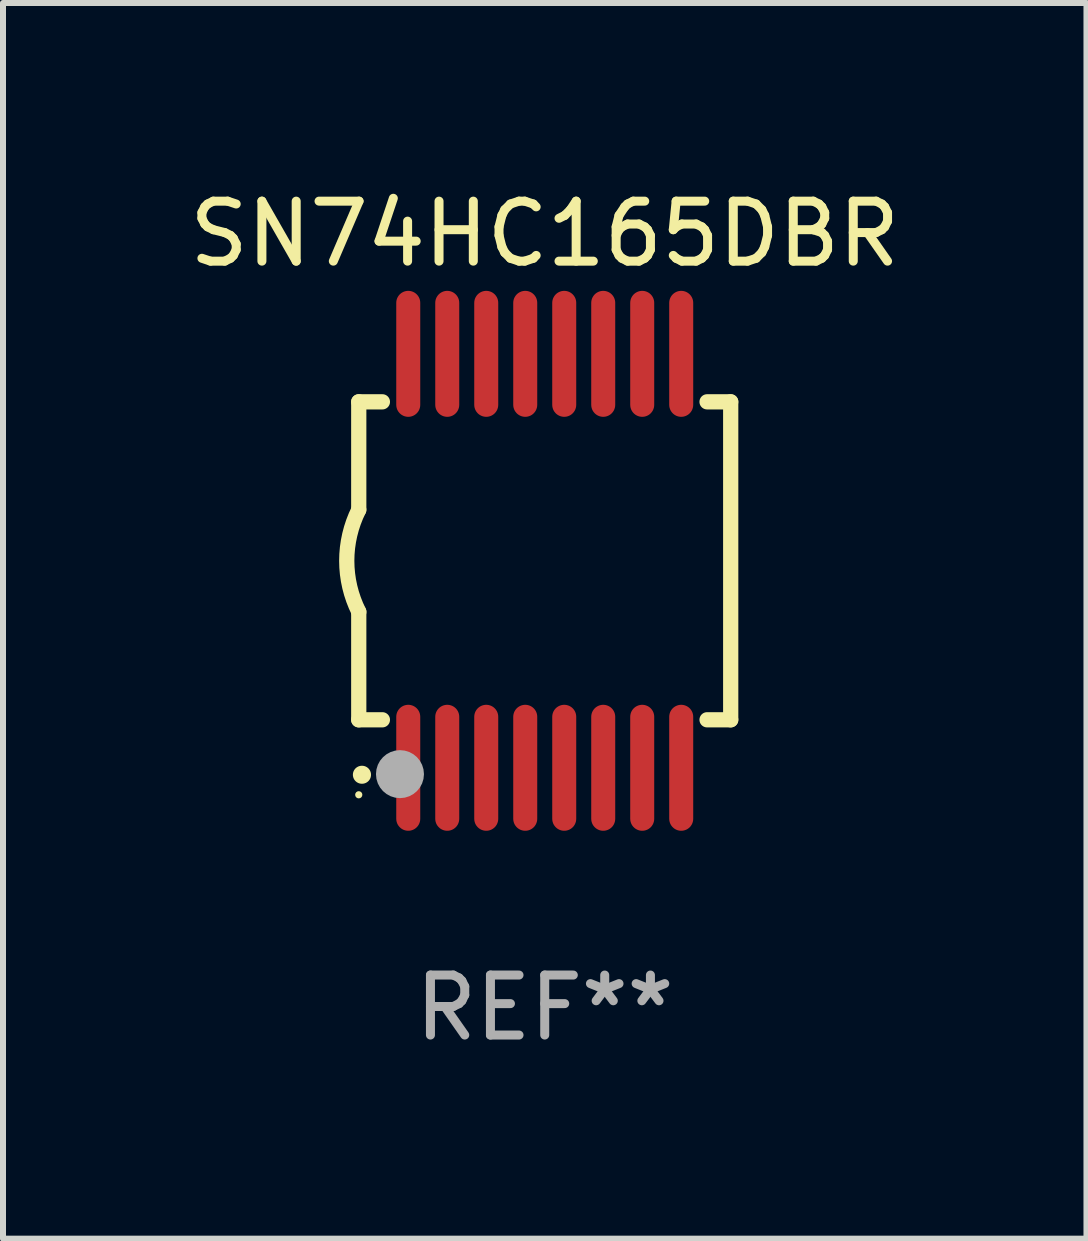
<source format=kicad_pcb>
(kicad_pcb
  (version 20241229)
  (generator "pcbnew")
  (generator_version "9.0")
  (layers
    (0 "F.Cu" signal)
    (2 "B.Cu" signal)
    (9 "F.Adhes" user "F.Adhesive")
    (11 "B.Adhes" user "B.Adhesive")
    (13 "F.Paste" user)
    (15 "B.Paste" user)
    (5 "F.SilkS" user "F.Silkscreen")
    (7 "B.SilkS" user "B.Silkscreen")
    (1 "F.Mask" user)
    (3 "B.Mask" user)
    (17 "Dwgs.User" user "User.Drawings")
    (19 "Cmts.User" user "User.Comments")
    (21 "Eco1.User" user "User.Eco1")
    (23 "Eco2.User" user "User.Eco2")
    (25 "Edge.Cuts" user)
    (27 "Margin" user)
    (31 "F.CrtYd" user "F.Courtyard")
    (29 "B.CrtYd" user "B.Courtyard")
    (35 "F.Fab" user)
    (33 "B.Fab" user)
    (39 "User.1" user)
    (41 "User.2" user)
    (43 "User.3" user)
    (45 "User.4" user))
  (footprint "SN74HC165DBR"
    (layer "F.Cu")
    (at 6.03 6.298)
    (property "Reference" "SN74HC165DBR" (at 0 -5.45 0) (layer "F.SilkS") (effects (font (size 1 1) (thickness 0.15))))
    (attr through_hole)
    (fp_line (start -3.1 -2.65) (end -3.1 -0.85) (stroke (width 0.254) (type solid)) (layer "F.SilkS"))
    (fp_line (start -3.1 -2.65) (end -2.706 -2.65) (stroke (width 0.254) (type solid)) (layer "F.SilkS"))
    (fp_line (start -3.1 2.65) (end -3.1 0.85) (stroke (width 0.254) (type solid)) (layer "F.SilkS"))
    (fp_line (start -3.1 2.65) (end -2.706 2.65) (stroke (width 0.254) (type solid)) (layer "F.SilkS"))
    (fp_line (start 2.706 -2.65) (end 3.1 -2.65) (stroke (width 0.254) (type solid)) (layer "F.SilkS"))
    (fp_line (start 2.706 2.65) (end 3.1 2.65) (stroke (width 0.254) (type solid)) (layer "F.SilkS"))
    (fp_line (start 3.1 -2.65) (end 3.1 2.65) (stroke (width 0.254) (type solid)) (layer "F.SilkS"))
    (fp_arc (start -3.098907 0.850902) (mid -3.300057 0.000523) (end -3.1 -0.850114) (stroke (width 0.254001) (type solid)) (layer "F.SilkS"))
    (fp_arc (start -3.048006 3.566066) (mid -3.046736 3.566061) (end -3.045466 3.566066) (stroke (width 0.3) (type solid)) (layer "F.SilkS"))
    (fp_circle (center -3.1 3.9) (end -3.07 3.9) (stroke (width 0.06) (type solid)) (fill no) (layer "F.SilkS"))
    (fp_circle (center -2.413 3.556) (end -2.213 3.556) (stroke (width 0.4) (type solid)) (fill no) (layer "F.Fab"))
    (fp_text user "REF**" (at 0 7.45 0) (layer "F.Fab") (effects (font (size 1 1) (thickness 0.15))))
    (pad "1" smd oval (at -2.275 3.45 180) (size 0.4 2.1) (layers "F.Cu" "F.Mask" "F.Paste"))
    (pad "2" smd oval (at -1.625 3.45 180) (size 0.4 2.1) (layers "F.Cu" "F.Mask" "F.Paste"))
    (pad "3" smd oval (at -0.975 3.45 180) (size 0.4 2.1) (layers "F.Cu" "F.Mask" "F.Paste"))
    (pad "4" smd oval (at -0.325 3.45 180) (size 0.4 2.1) (layers "F.Cu" "F.Mask" "F.Paste"))
    (pad "5" smd oval (at 0.325 3.45 180) (size 0.4 2.1) (layers "F.Cu" "F.Mask" "F.Paste"))
    (pad "6" smd oval (at 0.975 3.45 180) (size 0.4 2.1) (layers "F.Cu" "F.Mask" "F.Paste"))
    (pad "7" smd oval (at 1.625 3.45 180) (size 0.4 2.1) (layers "F.Cu" "F.Mask" "F.Paste"))
    (pad "8" smd oval (at 2.275 3.45 180) (size 0.4 2.1) (layers "F.Cu" "F.Mask" "F.Paste"))
    (pad "9" smd oval (at 2.275 -3.45 180) (size 0.4 2.1) (layers "F.Cu" "F.Mask" "F.Paste"))
    (pad "10" smd oval (at 1.625 -3.45 180) (size 0.4 2.1) (layers "F.Cu" "F.Mask" "F.Paste"))
    (pad "11" smd oval (at 0.975 -3.45 180) (size 0.4 2.1) (layers "F.Cu" "F.Mask" "F.Paste"))
    (pad "12" smd oval (at 0.325 -3.45 180) (size 0.4 2.1) (layers "F.Cu" "F.Mask" "F.Paste"))
    (pad "13" smd oval (at -0.325 -3.45 180) (size 0.4 2.1) (layers "F.Cu" "F.Mask" "F.Paste"))
    (pad "14" smd oval (at -0.975 -3.45 180) (size 0.4 2.1) (layers "F.Cu" "F.Mask" "F.Paste"))
    (pad "15" smd oval (at -1.625 -3.45 180) (size 0.4 2.1) (layers "F.Cu" "F.Mask" "F.Paste"))
    (pad "16" smd oval (at -2.275 -3.45 180) (size 0.4 2.1) (layers "F.Cu" "F.Mask" "F.Paste")))
  (gr_rect
    (start -3 -3)
    (end 15.06 17.597)
    (stroke (width 0.1) (type default))
    (fill no)
    (layer "Edge.Cuts")))
</source>
